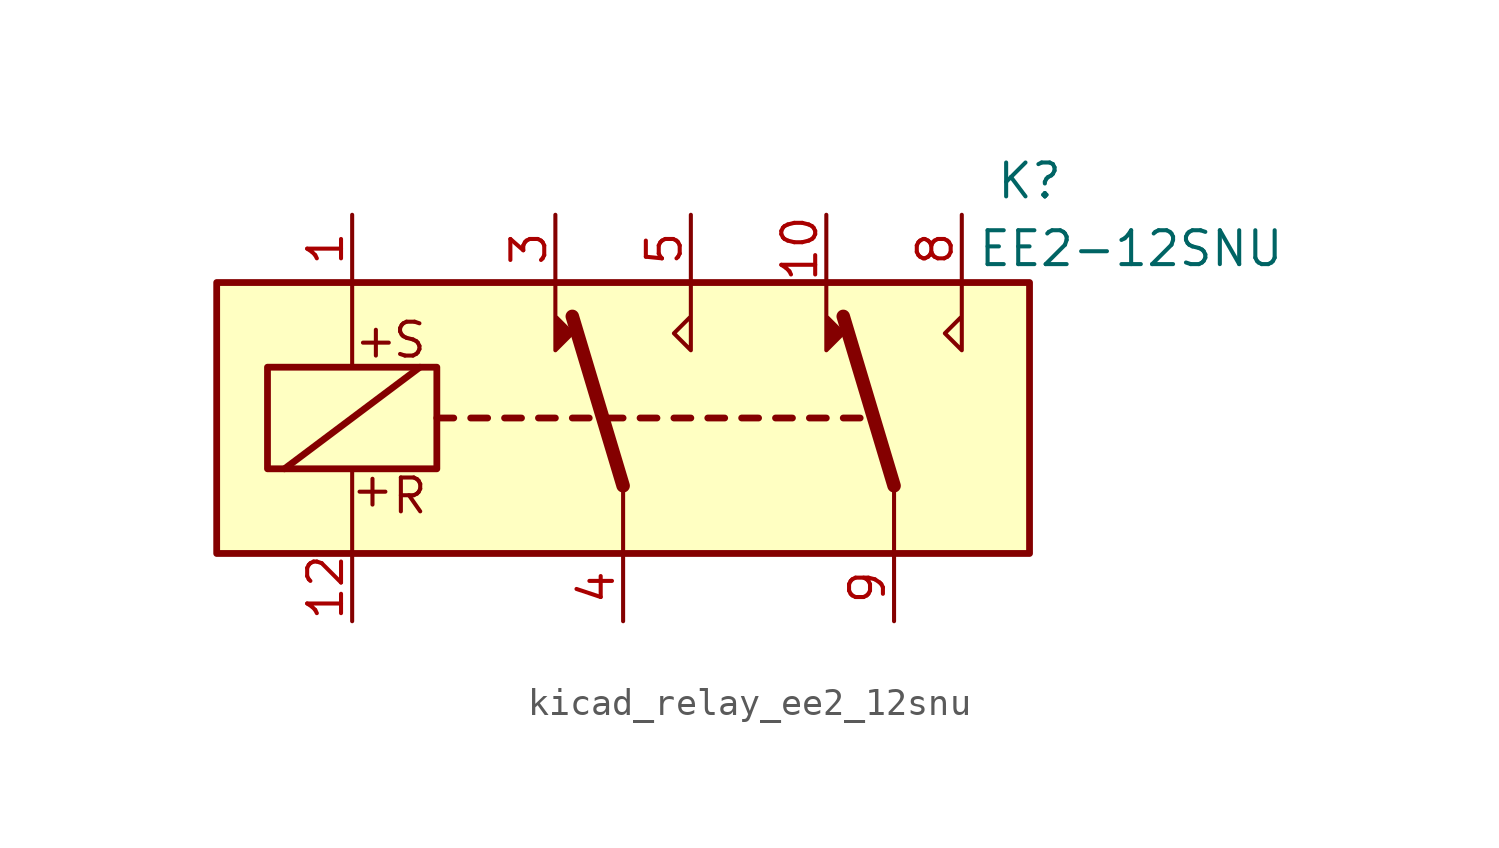
<source format=kicad_sym>
(kicad_symbol_lib
  (version 20220914)
  (generator kicad_symbol_editor)
  (symbol "kicad_relay_ee2_12snu"
    (property "Reference" "K"
      (at 15.24 8.89 0)
      (effects (font (size 1.27 1.27))))
    (property "Value" "EE2-12SNU"
      (at 19.05 6.35 0)
      (effects (font (size 1.27 1.27))))
    (symbol "kicad_relay_ee2_12snu_1_1"
      (rectangle (start -15.24 5.08) (end 15.24 -5.08) (stroke (width 0.254) (type default)) (fill (type background)))
      (rectangle (start -13.335 1.905) (end -6.985 -1.905) (stroke (width 0.254) (type default)) (fill (type none)))
      (polyline (pts (xy -12.7 -1.905) (xy -7.62 1.905)) (stroke (width 0.254) (type default)) (fill (type none)))
      (polyline (pts (xy -10.16 -5.08) (xy -10.16 -1.905)) (stroke (width 0) (type default)) (fill (type none)))
      (polyline (pts (xy -10.16 5.08) (xy -10.16 1.905)) (stroke (width 0) (type default)) (fill (type none)))
      (polyline (pts (xy -6.985 0) (xy -6.35 0)) (stroke (width 0.254) (type default)) (fill (type none)))
      (polyline (pts (xy -5.715 0) (xy -5.08 0)) (stroke (width 0.254) (type default)) (fill (type none)))
      (polyline (pts (xy -4.445 0) (xy -3.81 0)) (stroke (width 0.254) (type default)) (fill (type none)))
      (polyline (pts (xy -3.175 0) (xy -2.54 0)) (stroke (width 0.254) (type default)) (fill (type none)))
      (polyline (pts (xy -1.905 0) (xy -1.27 0)) (stroke (width 0.254) (type default)) (fill (type none)))
      (polyline (pts (xy -0.635 0) (xy 0 0)) (stroke (width 0.254) (type default)) (fill (type none)))
      (polyline (pts (xy 0 -2.54) (xy -1.905 3.81)) (stroke (width 0.508) (type default)) (fill (type none)))
      (polyline (pts (xy 0 -2.54) (xy 0 -5.08)) (stroke (width 0) (type default)) (fill (type none)))
      (polyline (pts (xy 0.635 0) (xy 1.27 0)) (stroke (width 0.254) (type default)) (fill (type none)))
      (polyline (pts (xy 1.905 0) (xy 2.54 0)) (stroke (width 0.254) (type default)) (fill (type none)))
      (polyline (pts (xy 3.175 0) (xy 3.81 0)) (stroke (width 0.254) (type default)) (fill (type none)))
      (polyline (pts (xy 4.445 0) (xy 5.08 0)) (stroke (width 0.254) (type default)) (fill (type none)))
      (polyline (pts (xy 5.715 0) (xy 6.35 0)) (stroke (width 0.254) (type default)) (fill (type none)))
      (polyline (pts (xy 6.985 0) (xy 7.62 0)) (stroke (width 0.254) (type default)) (fill (type none)))
      (polyline (pts (xy 8.255 0) (xy 8.89 0)) (stroke (width 0.254) (type default)) (fill (type none)))
      (polyline (pts (xy 10.16 -2.54) (xy 8.255 3.81)) (stroke (width 0.508) (type default)) (fill (type none)))
      (polyline (pts (xy 10.16 -2.54) (xy 10.16 -5.08)) (stroke (width 0) (type default)) (fill (type none)))
      (polyline (pts (xy -2.54 5.08) (xy -2.54 2.54) (xy -1.905 3.175) (xy -2.54 3.81)) (stroke (width 0) (type default)) (fill (type outline)))
      (polyline (pts (xy 2.54 5.08) (xy 2.54 2.54) (xy 1.905 3.175) (xy 2.54 3.81)) (stroke (width 0) (type default)) (fill (type none)))
      (polyline (pts (xy 7.62 5.08) (xy 7.62 2.54) (xy 8.255 3.175) (xy 7.62 3.81)) (stroke (width 0) (type default)) (fill (type outline)))
      (polyline (pts (xy 12.7 5.08) (xy 12.7 2.54) (xy 12.065 3.175) (xy 12.7 3.81)) (stroke (width 0) (type default)) (fill (type none)))
      (text "+" (at -9.398 -2.667 0) (effects (font (size 1.27 1.27))))
      (text "+" (at -9.271 2.921 0) (effects (font (size 1.27 1.27))))
      (text "R" (at -8.001 -2.921 0) (effects (font (size 1.27 1.27))))
      (text "S" (at -8.001 2.921 0) (effects (font (size 1.27 1.27))))
      (pin passive line (at -10.16 7.62 270) (length 2.54) (name "~" (effects (font (size 1.27 1.27)))) (number "1" (effects (font (size 1.27 1.27)))))
      (pin passive line (at 7.62 7.62 270) (length 2.54) (name "~" (effects (font (size 1.27 1.27)))) (number "10" (effects (font (size 1.27 1.27)))))
      (pin passive line (at -10.16 -7.62 90) (length 2.54) (name "~" (effects (font (size 1.27 1.27)))) (number "12" (effects (font (size 1.27 1.27)))))
      (pin passive line (at -2.54 7.62 270) (length 2.54) (name "~" (effects (font (size 1.27 1.27)))) (number "3" (effects (font (size 1.27 1.27)))))
      (pin passive line (at 0 -7.62 90) (length 2.54) (name "~" (effects (font (size 1.27 1.27)))) (number "4" (effects (font (size 1.27 1.27)))))
      (pin passive line (at 2.54 7.62 270) (length 2.54) (name "~" (effects (font (size 1.27 1.27)))) (number "5" (effects (font (size 1.27 1.27)))))
      (pin passive line (at 12.7 7.62 270) (length 2.54) (name "~" (effects (font (size 1.27 1.27)))) (number "8" (effects (font (size 1.27 1.27)))))
      (pin passive line (at 10.16 -7.62 90) (length 2.54) (name "~" (effects (font (size 1.27 1.27)))) (number "9" (effects (font (size 1.27 1.27))))))))
</source>
